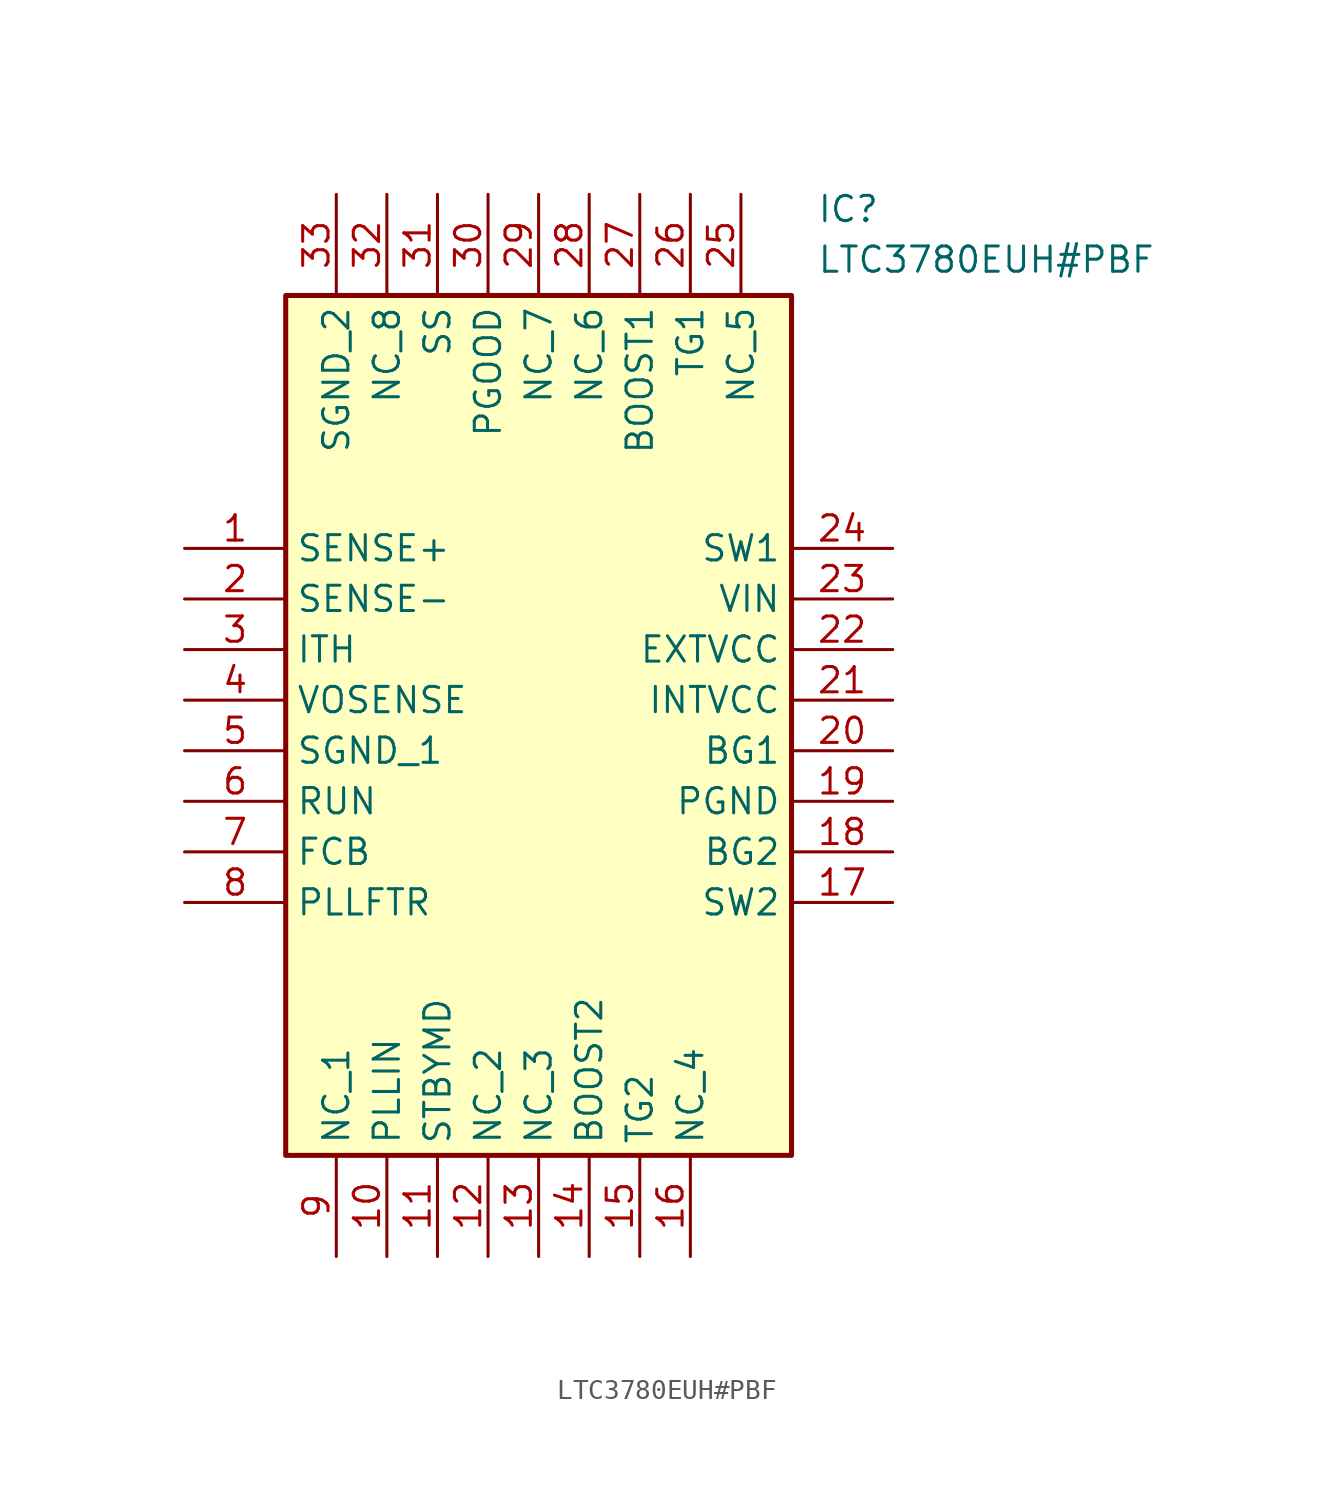
<source format=kicad_sym>
(kicad_symbol_lib
  (version 20211014)
  (generator SamacSys_ECAD_Model)
  (symbol "LTC3780EUH#PBF"
    (property "Reference" "IC"
      (at 31.75 17.78 0)
      (effects (font (size 1.27 1.27)) (justify left top)))
    (property "Value" "LTC3780EUH#PBF"
      (at 31.75 15.24 0)
      (effects (font (size 1.27 1.27)) (justify left top)))
    (rectangle
      (start 5.08 12.7)
      (end 30.48 -30.48)
      (stroke (width 0.254) (type default))
      (fill (type background)))
    (pin passive line
      (at 0 0 0)
      (length 5.08)
      (name "SENSE+" (effects (font (size 1.27 1.27))))
      (number "1" (effects (font (size 1.27 1.27)))))
    (pin passive line
      (at 0 -2.54 0)
      (length 5.08)
      (name "SENSE-" (effects (font (size 1.27 1.27))))
      (number "2" (effects (font (size 1.27 1.27)))))
    (pin passive line
      (at 0 -5.08 0)
      (length 5.08)
      (name "ITH" (effects (font (size 1.27 1.27))))
      (number "3" (effects (font (size 1.27 1.27)))))
    (pin passive line
      (at 0 -7.62 0)
      (length 5.08)
      (name "VOSENSE" (effects (font (size 1.27 1.27))))
      (number "4" (effects (font (size 1.27 1.27)))))
    (pin passive line
      (at 0 -10.16 0)
      (length 5.08)
      (name "SGND_1" (effects (font (size 1.27 1.27))))
      (number "5" (effects (font (size 1.27 1.27)))))
    (pin passive line
      (at 0 -12.7 0)
      (length 5.08)
      (name "RUN" (effects (font (size 1.27 1.27))))
      (number "6" (effects (font (size 1.27 1.27)))))
    (pin passive line
      (at 0 -15.24 0)
      (length 5.08)
      (name "FCB" (effects (font (size 1.27 1.27))))
      (number "7" (effects (font (size 1.27 1.27)))))
    (pin passive line
      (at 0 -17.78 0)
      (length 5.08)
      (name "PLLFTR" (effects (font (size 1.27 1.27))))
      (number "8" (effects (font (size 1.27 1.27)))))
    (pin passive line
      (at 7.62 -35.56 90)
      (length 5.08)
      (name "NC_1" (effects (font (size 1.27 1.27))))
      (number "9" (effects (font (size 1.27 1.27)))))
    (pin passive line
      (at 10.16 -35.56 90)
      (length 5.08)
      (name "PLLIN" (effects (font (size 1.27 1.27))))
      (number "10" (effects (font (size 1.27 1.27)))))
    (pin passive line
      (at 12.7 -35.56 90)
      (length 5.08)
      (name "STBYMD" (effects (font (size 1.27 1.27))))
      (number "11" (effects (font (size 1.27 1.27)))))
    (pin passive line
      (at 15.24 -35.56 90)
      (length 5.08)
      (name "NC_2" (effects (font (size 1.27 1.27))))
      (number "12" (effects (font (size 1.27 1.27)))))
    (pin passive line
      (at 17.78 -35.56 90)
      (length 5.08)
      (name "NC_3" (effects (font (size 1.27 1.27))))
      (number "13" (effects (font (size 1.27 1.27)))))
    (pin passive line
      (at 20.32 -35.56 90)
      (length 5.08)
      (name "BOOST2" (effects (font (size 1.27 1.27))))
      (number "14" (effects (font (size 1.27 1.27)))))
    (pin passive line
      (at 22.86 -35.56 90)
      (length 5.08)
      (name "TG2" (effects (font (size 1.27 1.27))))
      (number "15" (effects (font (size 1.27 1.27)))))
    (pin passive line
      (at 25.4 -35.56 90)
      (length 5.08)
      (name "NC_4" (effects (font (size 1.27 1.27))))
      (number "16" (effects (font (size 1.27 1.27)))))
    (pin passive line
      (at 35.56 0 180)
      (length 5.08)
      (name "SW1" (effects (font (size 1.27 1.27))))
      (number "24" (effects (font (size 1.27 1.27)))))
    (pin passive line
      (at 35.56 -2.54 180)
      (length 5.08)
      (name "VIN" (effects (font (size 1.27 1.27))))
      (number "23" (effects (font (size 1.27 1.27)))))
    (pin passive line
      (at 35.56 -5.08 180)
      (length 5.08)
      (name "EXTVCC" (effects (font (size 1.27 1.27))))
      (number "22" (effects (font (size 1.27 1.27)))))
    (pin passive line
      (at 35.56 -7.62 180)
      (length 5.08)
      (name "INTVCC" (effects (font (size 1.27 1.27))))
      (number "21" (effects (font (size 1.27 1.27)))))
    (pin passive line
      (at 35.56 -10.16 180)
      (length 5.08)
      (name "BG1" (effects (font (size 1.27 1.27))))
      (number "20" (effects (font (size 1.27 1.27)))))
    (pin passive line
      (at 35.56 -12.7 180)
      (length 5.08)
      (name "PGND" (effects (font (size 1.27 1.27))))
      (number "19" (effects (font (size 1.27 1.27)))))
    (pin passive line
      (at 35.56 -15.24 180)
      (length 5.08)
      (name "BG2" (effects (font (size 1.27 1.27))))
      (number "18" (effects (font (size 1.27 1.27)))))
    (pin passive line
      (at 35.56 -17.78 180)
      (length 5.08)
      (name "SW2" (effects (font (size 1.27 1.27))))
      (number "17" (effects (font (size 1.27 1.27)))))
    (pin passive line
      (at 7.62 17.78 270)
      (length 5.08)
      (name "SGND_2" (effects (font (size 1.27 1.27))))
      (number "33" (effects (font (size 1.27 1.27)))))
    (pin passive line
      (at 10.16 17.78 270)
      (length 5.08)
      (name "NC_8" (effects (font (size 1.27 1.27))))
      (number "32" (effects (font (size 1.27 1.27)))))
    (pin passive line
      (at 12.7 17.78 270)
      (length 5.08)
      (name "SS" (effects (font (size 1.27 1.27))))
      (number "31" (effects (font (size 1.27 1.27)))))
    (pin passive line
      (at 15.24 17.78 270)
      (length 5.08)
      (name "PGOOD" (effects (font (size 1.27 1.27))))
      (number "30" (effects (font (size 1.27 1.27)))))
    (pin passive line
      (at 17.78 17.78 270)
      (length 5.08)
      (name "NC_7" (effects (font (size 1.27 1.27))))
      (number "29" (effects (font (size 1.27 1.27)))))
    (pin passive line
      (at 20.32 17.78 270)
      (length 5.08)
      (name "NC_6" (effects (font (size 1.27 1.27))))
      (number "28" (effects (font (size 1.27 1.27)))))
    (pin passive line
      (at 22.86 17.78 270)
      (length 5.08)
      (name "BOOST1" (effects (font (size 1.27 1.27))))
      (number "27" (effects (font (size 1.27 1.27)))))
    (pin passive line
      (at 25.4 17.78 270)
      (length 5.08)
      (name "TG1" (effects (font (size 1.27 1.27))))
      (number "26" (effects (font (size 1.27 1.27)))))
    (pin passive line
      (at 27.94 17.78 270)
      (length 5.08)
      (name "NC_5" (effects (font (size 1.27 1.27))))
      (number "25" (effects (font (size 1.27 1.27)))))))
</source>
